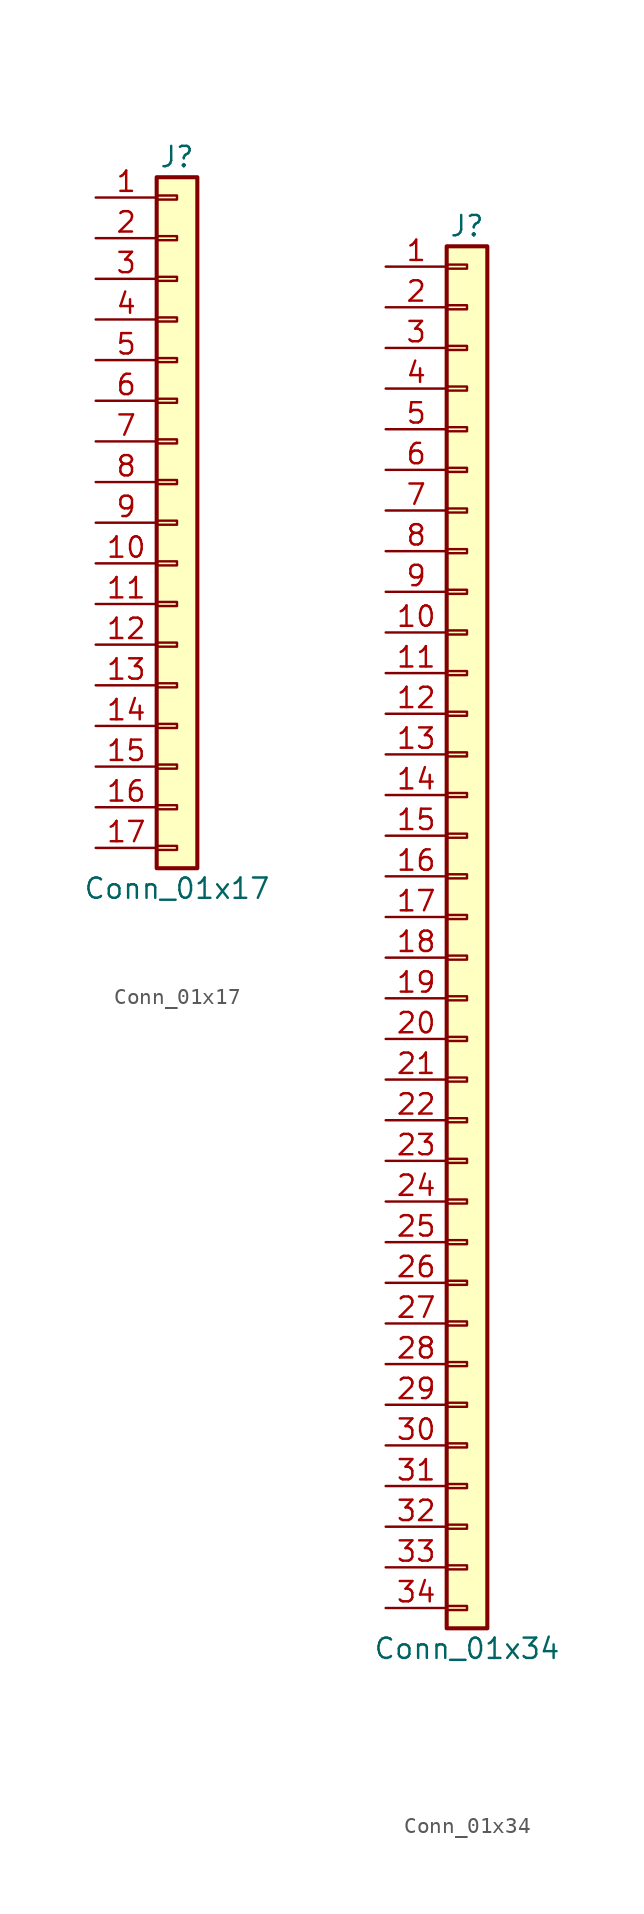
<source format=kicad_sym>
(kicad_symbol_lib
  (version 20201005)
  (generator kicad_symbol_editor)
  (symbol "Conn_01x17"
    (pin_names
      (offset 1.016) hide)
    (property "Reference" "J"
      (at 0 22.86 0)
      (effects (font (size 1.27 1.27))))
    (property "Value" "Conn_01x17"
      (at 0 -22.86 0)
      (effects (font (size 1.27 1.27))))
    (symbol "Conn_01x17_1_1"
      (rectangle (start -1.27 -20.193) (end 0 -20.447) (stroke (width 0.152)) (fill (type none)))
      (rectangle (start -1.27 -17.653) (end 0 -17.907) (stroke (width 0.152)) (fill (type none)))
      (rectangle (start -1.27 -15.113) (end 0 -15.367) (stroke (width 0.152)) (fill (type none)))
      (rectangle (start -1.27 -12.573) (end 0 -12.827) (stroke (width 0.152)) (fill (type none)))
      (rectangle (start -1.27 -10.033) (end 0 -10.287) (stroke (width 0.152)) (fill (type none)))
      (rectangle (start -1.27 -7.493) (end 0 -7.747) (stroke (width 0.152)) (fill (type none)))
      (rectangle (start -1.27 -4.953) (end 0 -5.207) (stroke (width 0.152)) (fill (type none)))
      (rectangle (start -1.27 -2.413) (end 0 -2.667) (stroke (width 0.152)) (fill (type none)))
      (rectangle (start -1.27 0.127) (end 0 -0.127) (stroke (width 0.152)) (fill (type none)))
      (rectangle (start -1.27 2.667) (end 0 2.413) (stroke (width 0.152)) (fill (type none)))
      (rectangle (start -1.27 5.207) (end 0 4.953) (stroke (width 0.152)) (fill (type none)))
      (rectangle (start -1.27 7.747) (end 0 7.493) (stroke (width 0.152)) (fill (type none)))
      (rectangle (start -1.27 10.287) (end 0 10.033) (stroke (width 0.152)) (fill (type none)))
      (rectangle (start -1.27 12.827) (end 0 12.573) (stroke (width 0.152)) (fill (type none)))
      (rectangle (start -1.27 15.367) (end 0 15.113) (stroke (width 0.152)) (fill (type none)))
      (rectangle (start -1.27 17.907) (end 0 17.653) (stroke (width 0.152)) (fill (type none)))
      (rectangle (start -1.27 20.447) (end 0 20.193) (stroke (width 0.152)) (fill (type none)))
      (rectangle (start -1.27 21.59) (end 1.27 -21.59) (stroke (width 0.254)) (fill (type background)))
      (pin passive line (at -5.08 20.32 0) (length 3.81) (name "Pin_1" (effects (font (size 1.27 1.27)))) (number "1" (effects (font (size 1.27 1.27)))))
      (pin passive line (at -5.08 -2.54 0) (length 3.81) (name "Pin_10" (effects (font (size 1.27 1.27)))) (number "10" (effects (font (size 1.27 1.27)))))
      (pin passive line (at -5.08 -5.08 0) (length 3.81) (name "Pin_11" (effects (font (size 1.27 1.27)))) (number "11" (effects (font (size 1.27 1.27)))))
      (pin passive line (at -5.08 -7.62 0) (length 3.81) (name "Pin_12" (effects (font (size 1.27 1.27)))) (number "12" (effects (font (size 1.27 1.27)))))
      (pin passive line (at -5.08 -10.16 0) (length 3.81) (name "Pin_13" (effects (font (size 1.27 1.27)))) (number "13" (effects (font (size 1.27 1.27)))))
      (pin passive line (at -5.08 -12.7 0) (length 3.81) (name "Pin_14" (effects (font (size 1.27 1.27)))) (number "14" (effects (font (size 1.27 1.27)))))
      (pin passive line (at -5.08 -15.24 0) (length 3.81) (name "Pin_15" (effects (font (size 1.27 1.27)))) (number "15" (effects (font (size 1.27 1.27)))))
      (pin passive line (at -5.08 -17.78 0) (length 3.81) (name "Pin_16" (effects (font (size 1.27 1.27)))) (number "16" (effects (font (size 1.27 1.27)))))
      (pin passive line (at -5.08 -20.32 0) (length 3.81) (name "Pin_17" (effects (font (size 1.27 1.27)))) (number "17" (effects (font (size 1.27 1.27)))))
      (pin passive line (at -5.08 17.78 0) (length 3.81) (name "Pin_2" (effects (font (size 1.27 1.27)))) (number "2" (effects (font (size 1.27 1.27)))))
      (pin passive line (at -5.08 15.24 0) (length 3.81) (name "Pin_3" (effects (font (size 1.27 1.27)))) (number "3" (effects (font (size 1.27 1.27)))))
      (pin passive line (at -5.08 12.7 0) (length 3.81) (name "Pin_4" (effects (font (size 1.27 1.27)))) (number "4" (effects (font (size 1.27 1.27)))))
      (pin passive line (at -5.08 10.16 0) (length 3.81) (name "Pin_5" (effects (font (size 1.27 1.27)))) (number "5" (effects (font (size 1.27 1.27)))))
      (pin passive line (at -5.08 7.62 0) (length 3.81) (name "Pin_6" (effects (font (size 1.27 1.27)))) (number "6" (effects (font (size 1.27 1.27)))))
      (pin passive line (at -5.08 5.08 0) (length 3.81) (name "Pin_7" (effects (font (size 1.27 1.27)))) (number "7" (effects (font (size 1.27 1.27)))))
      (pin passive line (at -5.08 2.54 0) (length 3.81) (name "Pin_8" (effects (font (size 1.27 1.27)))) (number "8" (effects (font (size 1.27 1.27)))))
      (pin passive line (at -5.08 0 0) (length 3.81) (name "Pin_9" (effects (font (size 1.27 1.27)))) (number "9" (effects (font (size 1.27 1.27)))))))
  (symbol "Conn_01x34"
    (pin_names
      (offset 1.016) hide)
    (property "Reference" "J"
      (at 0 43.18 0)
      (effects (font (size 1.27 1.27))))
    (property "Value" "Conn_01x34"
      (at 0 -45.72 0)
      (effects (font (size 1.27 1.27))))
    (symbol "Conn_01x34_1_1"
      (rectangle (start -1.27 -43.053) (end 0 -43.307) (stroke (width 0.152)) (fill (type none)))
      (rectangle (start -1.27 -40.513) (end 0 -40.767) (stroke (width 0.152)) (fill (type none)))
      (rectangle (start -1.27 -37.973) (end 0 -38.227) (stroke (width 0.152)) (fill (type none)))
      (rectangle (start -1.27 -35.433) (end 0 -35.687) (stroke (width 0.152)) (fill (type none)))
      (rectangle (start -1.27 -32.893) (end 0 -33.147) (stroke (width 0.152)) (fill (type none)))
      (rectangle (start -1.27 -30.353) (end 0 -30.607) (stroke (width 0.152)) (fill (type none)))
      (rectangle (start -1.27 -27.813) (end 0 -28.067) (stroke (width 0.152)) (fill (type none)))
      (rectangle (start -1.27 -25.273) (end 0 -25.527) (stroke (width 0.152)) (fill (type none)))
      (rectangle (start -1.27 -22.733) (end 0 -22.987) (stroke (width 0.152)) (fill (type none)))
      (rectangle (start -1.27 -20.193) (end 0 -20.447) (stroke (width 0.152)) (fill (type none)))
      (rectangle (start -1.27 -17.653) (end 0 -17.907) (stroke (width 0.152)) (fill (type none)))
      (rectangle (start -1.27 -15.113) (end 0 -15.367) (stroke (width 0.152)) (fill (type none)))
      (rectangle (start -1.27 -12.573) (end 0 -12.827) (stroke (width 0.152)) (fill (type none)))
      (rectangle (start -1.27 -10.033) (end 0 -10.287) (stroke (width 0.152)) (fill (type none)))
      (rectangle (start -1.27 -7.493) (end 0 -7.747) (stroke (width 0.152)) (fill (type none)))
      (rectangle (start -1.27 -4.953) (end 0 -5.207) (stroke (width 0.152)) (fill (type none)))
      (rectangle (start -1.27 -2.413) (end 0 -2.667) (stroke (width 0.152)) (fill (type none)))
      (rectangle (start -1.27 0.127) (end 0 -0.127) (stroke (width 0.152)) (fill (type none)))
      (rectangle (start -1.27 2.667) (end 0 2.413) (stroke (width 0.152)) (fill (type none)))
      (rectangle (start -1.27 5.207) (end 0 4.953) (stroke (width 0.152)) (fill (type none)))
      (rectangle (start -1.27 7.747) (end 0 7.493) (stroke (width 0.152)) (fill (type none)))
      (rectangle (start -1.27 10.287) (end 0 10.033) (stroke (width 0.152)) (fill (type none)))
      (rectangle (start -1.27 12.827) (end 0 12.573) (stroke (width 0.152)) (fill (type none)))
      (rectangle (start -1.27 15.367) (end 0 15.113) (stroke (width 0.152)) (fill (type none)))
      (rectangle (start -1.27 17.907) (end 0 17.653) (stroke (width 0.152)) (fill (type none)))
      (rectangle (start -1.27 20.447) (end 0 20.193) (stroke (width 0.152)) (fill (type none)))
      (rectangle (start -1.27 22.987) (end 0 22.733) (stroke (width 0.152)) (fill (type none)))
      (rectangle (start -1.27 25.527) (end 0 25.273) (stroke (width 0.152)) (fill (type none)))
      (rectangle (start -1.27 28.067) (end 0 27.813) (stroke (width 0.152)) (fill (type none)))
      (rectangle (start -1.27 30.607) (end 0 30.353) (stroke (width 0.152)) (fill (type none)))
      (rectangle (start -1.27 33.147) (end 0 32.893) (stroke (width 0.152)) (fill (type none)))
      (rectangle (start -1.27 35.687) (end 0 35.433) (stroke (width 0.152)) (fill (type none)))
      (rectangle (start -1.27 38.227) (end 0 37.973) (stroke (width 0.152)) (fill (type none)))
      (rectangle (start -1.27 40.767) (end 0 40.513) (stroke (width 0.152)) (fill (type none)))
      (rectangle (start -1.27 41.91) (end 1.27 -44.45) (stroke (width 0.254)) (fill (type background)))
      (pin passive line (at -5.08 40.64 0) (length 3.81) (name "Pin_1" (effects (font (size 1.27 1.27)))) (number "1" (effects (font (size 1.27 1.27)))))
      (pin passive line (at -5.08 17.78 0) (length 3.81) (name "Pin_10" (effects (font (size 1.27 1.27)))) (number "10" (effects (font (size 1.27 1.27)))))
      (pin passive line (at -5.08 15.24 0) (length 3.81) (name "Pin_11" (effects (font (size 1.27 1.27)))) (number "11" (effects (font (size 1.27 1.27)))))
      (pin passive line (at -5.08 12.7 0) (length 3.81) (name "Pin_12" (effects (font (size 1.27 1.27)))) (number "12" (effects (font (size 1.27 1.27)))))
      (pin passive line (at -5.08 10.16 0) (length 3.81) (name "Pin_13" (effects (font (size 1.27 1.27)))) (number "13" (effects (font (size 1.27 1.27)))))
      (pin passive line (at -5.08 7.62 0) (length 3.81) (name "Pin_14" (effects (font (size 1.27 1.27)))) (number "14" (effects (font (size 1.27 1.27)))))
      (pin passive line (at -5.08 5.08 0) (length 3.81) (name "Pin_15" (effects (font (size 1.27 1.27)))) (number "15" (effects (font (size 1.27 1.27)))))
      (pin passive line (at -5.08 2.54 0) (length 3.81) (name "Pin_16" (effects (font (size 1.27 1.27)))) (number "16" (effects (font (size 1.27 1.27)))))
      (pin passive line (at -5.08 0 0) (length 3.81) (name "Pin_17" (effects (font (size 1.27 1.27)))) (number "17" (effects (font (size 1.27 1.27)))))
      (pin passive line (at -5.08 -2.54 0) (length 3.81) (name "Pin_18" (effects (font (size 1.27 1.27)))) (number "18" (effects (font (size 1.27 1.27)))))
      (pin passive line (at -5.08 -5.08 0) (length 3.81) (name "Pin_19" (effects (font (size 1.27 1.27)))) (number "19" (effects (font (size 1.27 1.27)))))
      (pin passive line (at -5.08 38.1 0) (length 3.81) (name "Pin_2" (effects (font (size 1.27 1.27)))) (number "2" (effects (font (size 1.27 1.27)))))
      (pin passive line (at -5.08 -7.62 0) (length 3.81) (name "Pin_20" (effects (font (size 1.27 1.27)))) (number "20" (effects (font (size 1.27 1.27)))))
      (pin passive line (at -5.08 -10.16 0) (length 3.81) (name "Pin_21" (effects (font (size 1.27 1.27)))) (number "21" (effects (font (size 1.27 1.27)))))
      (pin passive line (at -5.08 -12.7 0) (length 3.81) (name "Pin_22" (effects (font (size 1.27 1.27)))) (number "22" (effects (font (size 1.27 1.27)))))
      (pin passive line (at -5.08 -15.24 0) (length 3.81) (name "Pin_23" (effects (font (size 1.27 1.27)))) (number "23" (effects (font (size 1.27 1.27)))))
      (pin passive line (at -5.08 -17.78 0) (length 3.81) (name "Pin_24" (effects (font (size 1.27 1.27)))) (number "24" (effects (font (size 1.27 1.27)))))
      (pin passive line (at -5.08 -20.32 0) (length 3.81) (name "Pin_25" (effects (font (size 1.27 1.27)))) (number "25" (effects (font (size 1.27 1.27)))))
      (pin passive line (at -5.08 -22.86 0) (length 3.81) (name "Pin_26" (effects (font (size 1.27 1.27)))) (number "26" (effects (font (size 1.27 1.27)))))
      (pin passive line (at -5.08 -25.4 0) (length 3.81) (name "Pin_27" (effects (font (size 1.27 1.27)))) (number "27" (effects (font (size 1.27 1.27)))))
      (pin passive line (at -5.08 -27.94 0) (length 3.81) (name "Pin_28" (effects (font (size 1.27 1.27)))) (number "28" (effects (font (size 1.27 1.27)))))
      (pin passive line (at -5.08 -30.48 0) (length 3.81) (name "Pin_29" (effects (font (size 1.27 1.27)))) (number "29" (effects (font (size 1.27 1.27)))))
      (pin passive line (at -5.08 35.56 0) (length 3.81) (name "Pin_3" (effects (font (size 1.27 1.27)))) (number "3" (effects (font (size 1.27 1.27)))))
      (pin passive line (at -5.08 -33.02 0) (length 3.81) (name "Pin_30" (effects (font (size 1.27 1.27)))) (number "30" (effects (font (size 1.27 1.27)))))
      (pin passive line (at -5.08 -35.56 0) (length 3.81) (name "Pin_31" (effects (font (size 1.27 1.27)))) (number "31" (effects (font (size 1.27 1.27)))))
      (pin passive line (at -5.08 -38.1 0) (length 3.81) (name "Pin_32" (effects (font (size 1.27 1.27)))) (number "32" (effects (font (size 1.27 1.27)))))
      (pin passive line (at -5.08 -40.64 0) (length 3.81) (name "Pin_33" (effects (font (size 1.27 1.27)))) (number "33" (effects (font (size 1.27 1.27)))))
      (pin passive line (at -5.08 -43.18 0) (length 3.81) (name "Pin_34" (effects (font (size 1.27 1.27)))) (number "34" (effects (font (size 1.27 1.27)))))
      (pin passive line (at -5.08 33.02 0) (length 3.81) (name "Pin_4" (effects (font (size 1.27 1.27)))) (number "4" (effects (font (size 1.27 1.27)))))
      (pin passive line (at -5.08 30.48 0) (length 3.81) (name "Pin_5" (effects (font (size 1.27 1.27)))) (number "5" (effects (font (size 1.27 1.27)))))
      (pin passive line (at -5.08 27.94 0) (length 3.81) (name "Pin_6" (effects (font (size 1.27 1.27)))) (number "6" (effects (font (size 1.27 1.27)))))
      (pin passive line (at -5.08 25.4 0) (length 3.81) (name "Pin_7" (effects (font (size 1.27 1.27)))) (number "7" (effects (font (size 1.27 1.27)))))
      (pin passive line (at -5.08 22.86 0) (length 3.81) (name "Pin_8" (effects (font (size 1.27 1.27)))) (number "8" (effects (font (size 1.27 1.27)))))
      (pin passive line (at -5.08 20.32 0) (length 3.81) (name "Pin_9" (effects (font (size 1.27 1.27)))) (number "9" (effects (font (size 1.27 1.27))))))))
</source>
